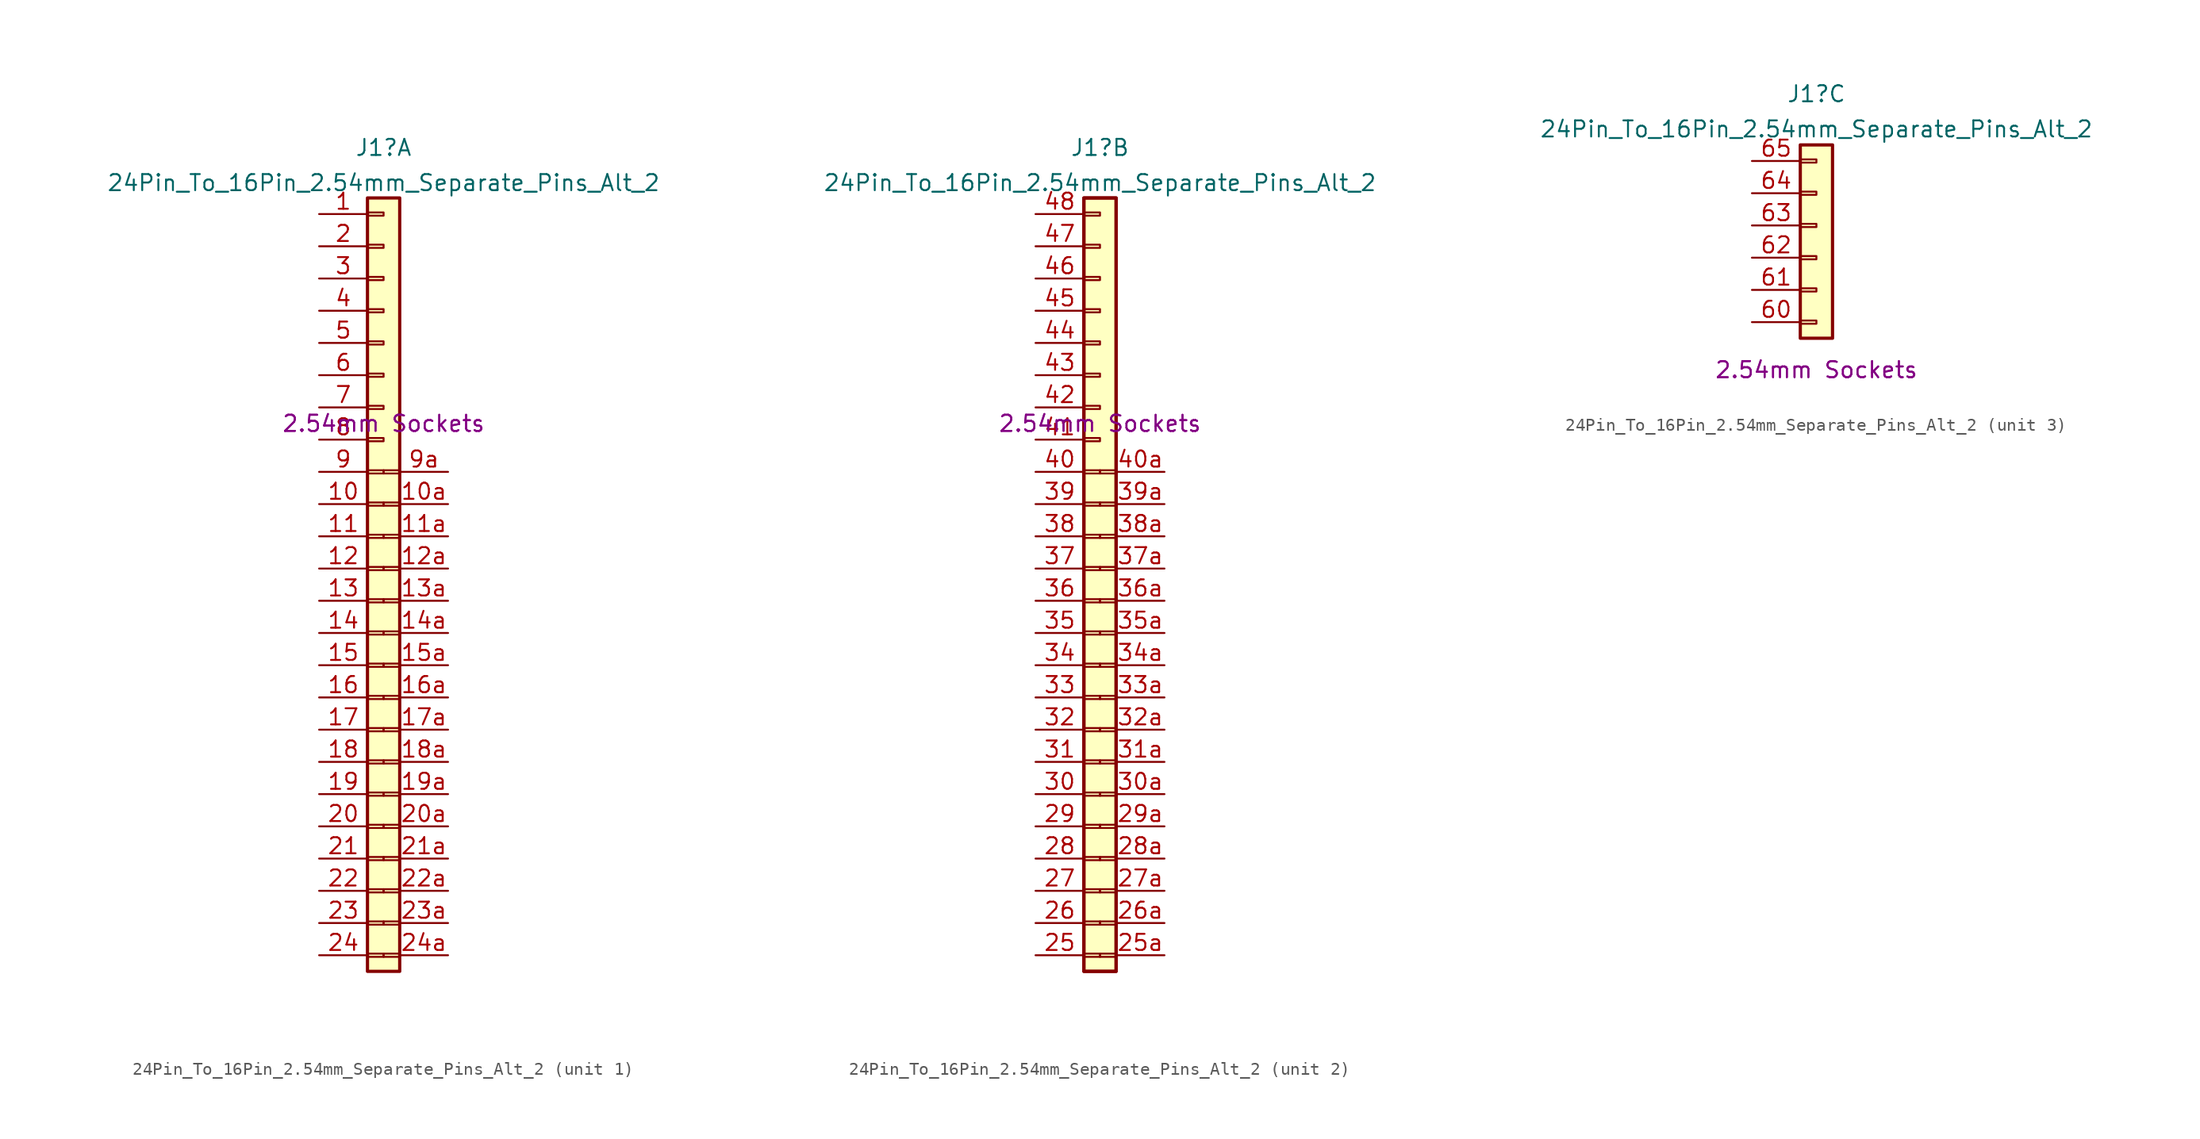
<source format=kicad_sym>
(kicad_symbol_lib
  (version 20211014)
  (generator kicad_symbol_editor)
  (symbol "24Pin_To_16Pin_2.54mm_Separate_Pins_Alt_2"
    (property "Reference" "J1"
      (at 0 3.966 0)
      (effects (font (size 1.27 1.27))))
    (property "Value" "24Pin_To_16Pin_2.54mm_Separate_Pins_Alt_2"
      (at 0 1.191 0)
      (effects (font (size 1.27 1.27))))
    (property "Inner Header Types" "2.54mm Sockets"
      (at 0 -17.78 0)
      (effects (font (size 1.27 1.27))))
    (property "Outer Header Types" "2.54mm Sockets"
      (at 0 -17.78 0)
      (effects (font (size 1.27 1.27))))
    (property "ki_locked" ""
      (at 0 0 0)
      (effects (font (size 1.27 1.27))))
    (symbol "24Pin_To_16Pin_2.54mm_Separate_Pins_Alt_2_1_1"
      (rectangle (start -1.27 -59.563) (end 0 -59.817) (stroke (width 0.152) (type default) (color 0 0 0 0)) (fill (type none)))
      (rectangle (start -1.27 -57.023) (end 0 -57.277) (stroke (width 0.152) (type default) (color 0 0 0 0)) (fill (type none)))
      (rectangle (start -1.27 -54.483) (end 0 -54.737) (stroke (width 0.152) (type default) (color 0 0 0 0)) (fill (type none)))
      (rectangle (start -1.27 -51.943) (end 0 -52.197) (stroke (width 0.152) (type default) (color 0 0 0 0)) (fill (type none)))
      (rectangle (start -1.27 -49.403) (end 0 -49.657) (stroke (width 0.152) (type default) (color 0 0 0 0)) (fill (type none)))
      (rectangle (start -1.27 -46.863) (end 0 -47.117) (stroke (width 0.152) (type default) (color 0 0 0 0)) (fill (type none)))
      (rectangle (start -1.27 -44.323) (end 0 -44.577) (stroke (width 0.152) (type default) (color 0 0 0 0)) (fill (type none)))
      (rectangle (start -1.27 -41.783) (end 0 -42.037) (stroke (width 0.152) (type default) (color 0 0 0 0)) (fill (type none)))
      (rectangle (start -1.27 -39.243) (end 0 -39.497) (stroke (width 0.152) (type default) (color 0 0 0 0)) (fill (type none)))
      (rectangle (start -1.27 -36.703) (end 0 -36.957) (stroke (width 0.152) (type default) (color 0 0 0 0)) (fill (type none)))
      (rectangle (start -1.27 -34.163) (end 0 -34.417) (stroke (width 0.152) (type default) (color 0 0 0 0)) (fill (type none)))
      (rectangle (start -1.27 -31.623) (end 0 -31.877) (stroke (width 0.152) (type default) (color 0 0 0 0)) (fill (type none)))
      (rectangle (start -1.27 -29.083) (end 0 -29.337) (stroke (width 0.152) (type default) (color 0 0 0 0)) (fill (type none)))
      (rectangle (start -1.27 -26.543) (end 0 -26.797) (stroke (width 0.152) (type default) (color 0 0 0 0)) (fill (type none)))
      (rectangle (start -1.27 -24.003) (end 0 -24.257) (stroke (width 0.152) (type default) (color 0 0 0 0)) (fill (type none)))
      (rectangle (start -1.27 -21.463) (end 0 -21.717) (stroke (width 0.152) (type default) (color 0 0 0 0)) (fill (type none)))
      (rectangle (start -1.27 -18.923) (end 0 -19.177) (stroke (width 0.152) (type default) (color 0 0 0 0)) (fill (type none)))
      (rectangle (start -1.27 -16.383) (end 0 -16.637) (stroke (width 0.152) (type default) (color 0 0 0 0)) (fill (type none)))
      (rectangle (start -1.27 -13.843) (end 0 -14.097) (stroke (width 0.152) (type default) (color 0 0 0 0)) (fill (type none)))
      (rectangle (start -1.27 -11.303) (end 0 -11.557) (stroke (width 0.152) (type default) (color 0 0 0 0)) (fill (type none)))
      (rectangle (start -1.27 -8.763) (end 0 -9.017) (stroke (width 0.152) (type default) (color 0 0 0 0)) (fill (type none)))
      (rectangle (start -1.27 -6.223) (end 0 -6.477) (stroke (width 0.152) (type default) (color 0 0 0 0)) (fill (type none)))
      (rectangle (start -1.27 -3.683) (end 0 -3.937) (stroke (width 0.152) (type default) (color 0 0 0 0)) (fill (type none)))
      (rectangle (start -1.27 -1.143) (end 0 -1.397) (stroke (width 0.152) (type default) (color 0 0 0 0)) (fill (type none)))
      (rectangle (start -1.27 0) (end 1.27 -60.96) (stroke (width 0.254) (type default) (color 0 0 0 0)) (fill (type background)))
      (rectangle (start 0 -59.817) (end 1.27 -59.563) (stroke (width 0.152) (type default) (color 0 0 0 0)) (fill (type none)))
      (rectangle (start 0 -57.277) (end 1.27 -57.023) (stroke (width 0.152) (type default) (color 0 0 0 0)) (fill (type none)))
      (rectangle (start 0 -54.737) (end 1.27 -54.483) (stroke (width 0.152) (type default) (color 0 0 0 0)) (fill (type none)))
      (rectangle (start 0 -52.197) (end 1.27 -51.943) (stroke (width 0.152) (type default) (color 0 0 0 0)) (fill (type none)))
      (rectangle (start 0 -49.657) (end 1.27 -49.403) (stroke (width 0.152) (type default) (color 0 0 0 0)) (fill (type none)))
      (rectangle (start 0 -47.117) (end 1.27 -46.863) (stroke (width 0.152) (type default) (color 0 0 0 0)) (fill (type none)))
      (rectangle (start 0 -44.577) (end 1.27 -44.323) (stroke (width 0.152) (type default) (color 0 0 0 0)) (fill (type none)))
      (rectangle (start 0 -42.037) (end 1.27 -41.783) (stroke (width 0.152) (type default) (color 0 0 0 0)) (fill (type none)))
      (rectangle (start 0 -39.497) (end 1.27 -39.243) (stroke (width 0.152) (type default) (color 0 0 0 0)) (fill (type none)))
      (rectangle (start 0 -36.957) (end 1.27 -36.703) (stroke (width 0.152) (type default) (color 0 0 0 0)) (fill (type none)))
      (rectangle (start 0 -34.417) (end 1.27 -34.163) (stroke (width 0.152) (type default) (color 0 0 0 0)) (fill (type none)))
      (rectangle (start 0 -31.877) (end 1.27 -31.623) (stroke (width 0.152) (type default) (color 0 0 0 0)) (fill (type none)))
      (rectangle (start 0 -29.337) (end 1.27 -29.083) (stroke (width 0.152) (type default) (color 0 0 0 0)) (fill (type none)))
      (rectangle (start 0 -26.797) (end 1.27 -26.543) (stroke (width 0.152) (type default) (color 0 0 0 0)) (fill (type none)))
      (rectangle (start 0 -24.257) (end 1.27 -24.003) (stroke (width 0.152) (type default) (color 0 0 0 0)) (fill (type none)))
      (rectangle (start 0 -21.717) (end 1.27 -21.463) (stroke (width 0.152) (type default) (color 0 0 0 0)) (fill (type none)))
      (pin passive line (at -5.08 -1.27 0) (length 3.81) (name "" (effects (font (size 1.27 1.27)))) (number "1" (effects (font (size 1.27 1.27)))))
      (pin passive line (at -5.08 -24.13 0) (length 3.81) (name "" (effects (font (size 1.27 1.27)))) (number "10" (effects (font (size 1.27 1.27)))))
      (pin passive line (at 5.08 -24.13 180) (length 3.81) (name "" (effects (font (size 1.27 1.27)))) (number "10a" (effects (font (size 1.27 1.27)))))
      (pin passive line (at -5.08 -26.67 0) (length 3.81) (name "" (effects (font (size 1.27 1.27)))) (number "11" (effects (font (size 1.27 1.27)))))
      (pin passive line (at 5.08 -26.67 180) (length 3.81) (name "" (effects (font (size 1.27 1.27)))) (number "11a" (effects (font (size 1.27 1.27)))))
      (pin passive line (at -5.08 -29.21 0) (length 3.81) (name "" (effects (font (size 1.27 1.27)))) (number "12" (effects (font (size 1.27 1.27)))))
      (pin passive line (at 5.08 -29.21 180) (length 3.81) (name "" (effects (font (size 1.27 1.27)))) (number "12a" (effects (font (size 1.27 1.27)))))
      (pin passive line (at -5.08 -31.75 0) (length 3.81) (name "" (effects (font (size 1.27 1.27)))) (number "13" (effects (font (size 1.27 1.27)))))
      (pin passive line (at 5.08 -31.75 180) (length 3.81) (name "" (effects (font (size 1.27 1.27)))) (number "13a" (effects (font (size 1.27 1.27)))))
      (pin passive line (at -5.08 -34.29 0) (length 3.81) (name "" (effects (font (size 1.27 1.27)))) (number "14" (effects (font (size 1.27 1.27)))))
      (pin passive line (at 5.08 -34.29 180) (length 3.81) (name "" (effects (font (size 1.27 1.27)))) (number "14a" (effects (font (size 1.27 1.27)))))
      (pin passive line (at -5.08 -36.83 0) (length 3.81) (name "" (effects (font (size 1.27 1.27)))) (number "15" (effects (font (size 1.27 1.27)))))
      (pin passive line (at 5.08 -36.83 180) (length 3.81) (name "" (effects (font (size 1.27 1.27)))) (number "15a" (effects (font (size 1.27 1.27)))))
      (pin passive line (at -5.08 -39.37 0) (length 3.81) (name "" (effects (font (size 1.27 1.27)))) (number "16" (effects (font (size 1.27 1.27)))))
      (pin passive line (at 5.08 -39.37 180) (length 3.81) (name "" (effects (font (size 1.27 1.27)))) (number "16a" (effects (font (size 1.27 1.27)))))
      (pin passive line (at -5.08 -41.91 0) (length 3.81) (name "" (effects (font (size 1.27 1.27)))) (number "17" (effects (font (size 1.27 1.27)))))
      (pin passive line (at 5.08 -41.91 180) (length 3.81) (name "" (effects (font (size 1.27 1.27)))) (number "17a" (effects (font (size 1.27 1.27)))))
      (pin passive line (at -5.08 -44.45 0) (length 3.81) (name "" (effects (font (size 1.27 1.27)))) (number "18" (effects (font (size 1.27 1.27)))))
      (pin passive line (at 5.08 -44.45 180) (length 3.81) (name "" (effects (font (size 1.27 1.27)))) (number "18a" (effects (font (size 1.27 1.27)))))
      (pin passive line (at -5.08 -46.99 0) (length 3.81) (name "" (effects (font (size 1.27 1.27)))) (number "19" (effects (font (size 1.27 1.27)))))
      (pin passive line (at 5.08 -46.99 180) (length 3.81) (name "" (effects (font (size 1.27 1.27)))) (number "19a" (effects (font (size 1.27 1.27)))))
      (pin passive line (at -5.08 -3.81 0) (length 3.81) (name "" (effects (font (size 1.27 1.27)))) (number "2" (effects (font (size 1.27 1.27)))))
      (pin passive line (at -5.08 -49.53 0) (length 3.81) (name "" (effects (font (size 1.27 1.27)))) (number "20" (effects (font (size 1.27 1.27)))))
      (pin passive line (at 5.08 -49.53 180) (length 3.81) (name "" (effects (font (size 1.27 1.27)))) (number "20a" (effects (font (size 1.27 1.27)))))
      (pin passive line (at -5.08 -52.07 0) (length 3.81) (name "" (effects (font (size 1.27 1.27)))) (number "21" (effects (font (size 1.27 1.27)))))
      (pin passive line (at 5.08 -52.07 180) (length 3.81) (name "" (effects (font (size 1.27 1.27)))) (number "21a" (effects (font (size 1.27 1.27)))))
      (pin passive line (at -5.08 -54.61 0) (length 3.81) (name "" (effects (font (size 1.27 1.27)))) (number "22" (effects (font (size 1.27 1.27)))))
      (pin passive line (at 5.08 -54.61 180) (length 3.81) (name "" (effects (font (size 1.27 1.27)))) (number "22a" (effects (font (size 1.27 1.27)))))
      (pin passive line (at -5.08 -57.15 0) (length 3.81) (name "" (effects (font (size 1.27 1.27)))) (number "23" (effects (font (size 1.27 1.27)))))
      (pin passive line (at 5.08 -57.15 180) (length 3.81) (name "" (effects (font (size 1.27 1.27)))) (number "23a" (effects (font (size 1.27 1.27)))))
      (pin passive line (at -5.08 -59.69 0) (length 3.81) (name "" (effects (font (size 1.27 1.27)))) (number "24" (effects (font (size 1.27 1.27)))))
      (pin passive line (at 5.08 -59.69 180) (length 3.81) (name "" (effects (font (size 1.27 1.27)))) (number "24a" (effects (font (size 1.27 1.27)))))
      (pin passive line (at -5.08 -6.35 0) (length 3.81) (name "" (effects (font (size 1.27 1.27)))) (number "3" (effects (font (size 1.27 1.27)))))
      (pin passive line (at -5.08 -8.89 0) (length 3.81) (name "" (effects (font (size 1.27 1.27)))) (number "4" (effects (font (size 1.27 1.27)))))
      (pin passive line (at -5.08 -11.43 0) (length 3.81) (name "" (effects (font (size 1.27 1.27)))) (number "5" (effects (font (size 1.27 1.27)))))
      (pin passive line (at -5.08 -13.97 0) (length 3.81) (name "" (effects (font (size 1.27 1.27)))) (number "6" (effects (font (size 1.27 1.27)))))
      (pin passive line (at -5.08 -16.51 0) (length 3.81) (name "" (effects (font (size 1.27 1.27)))) (number "7" (effects (font (size 1.27 1.27)))))
      (pin passive line (at -5.08 -19.05 0) (length 3.81) (name "" (effects (font (size 1.27 1.27)))) (number "8" (effects (font (size 1.27 1.27)))))
      (pin passive line (at -5.08 -21.59 0) (length 3.81) (name "" (effects (font (size 1.27 1.27)))) (number "9" (effects (font (size 1.27 1.27)))))
      (pin passive line (at 5.08 -21.59 180) (length 3.81) (name "" (effects (font (size 1.27 1.27)))) (number "9a" (effects (font (size 1.27 1.27))))))
    (symbol "24Pin_To_16Pin_2.54mm_Separate_Pins_Alt_2_2_1"
      (rectangle (start -1.27 -60.96) (end 1.27 0) (stroke (width 0.254) (type default) (color 0 0 0 0)) (fill (type background)))
      (rectangle (start -1.27 -59.563) (end 0 -59.817) (stroke (width 0.152) (type default) (color 0 0 0 0)) (fill (type none)))
      (rectangle (start -1.27 -57.023) (end 0 -57.277) (stroke (width 0.152) (type default) (color 0 0 0 0)) (fill (type none)))
      (rectangle (start -1.27 -54.483) (end 0 -54.737) (stroke (width 0.152) (type default) (color 0 0 0 0)) (fill (type none)))
      (rectangle (start -1.27 -51.943) (end 0 -52.197) (stroke (width 0.152) (type default) (color 0 0 0 0)) (fill (type none)))
      (rectangle (start -1.27 -49.403) (end 0 -49.657) (stroke (width 0.152) (type default) (color 0 0 0 0)) (fill (type none)))
      (rectangle (start -1.27 -46.863) (end 0 -47.117) (stroke (width 0.152) (type default) (color 0 0 0 0)) (fill (type none)))
      (rectangle (start -1.27 -44.323) (end 0 -44.577) (stroke (width 0.152) (type default) (color 0 0 0 0)) (fill (type none)))
      (rectangle (start -1.27 -41.783) (end 0 -42.037) (stroke (width 0.152) (type default) (color 0 0 0 0)) (fill (type none)))
      (rectangle (start -1.27 -39.243) (end 0 -39.497) (stroke (width 0.152) (type default) (color 0 0 0 0)) (fill (type none)))
      (rectangle (start -1.27 -36.703) (end 0 -36.957) (stroke (width 0.152) (type default) (color 0 0 0 0)) (fill (type none)))
      (rectangle (start -1.27 -34.163) (end 0 -34.417) (stroke (width 0.152) (type default) (color 0 0 0 0)) (fill (type none)))
      (rectangle (start -1.27 -31.623) (end 0 -31.877) (stroke (width 0.152) (type default) (color 0 0 0 0)) (fill (type none)))
      (rectangle (start -1.27 -29.083) (end 0 -29.337) (stroke (width 0.152) (type default) (color 0 0 0 0)) (fill (type none)))
      (rectangle (start -1.27 -26.543) (end 0 -26.797) (stroke (width 0.152) (type default) (color 0 0 0 0)) (fill (type none)))
      (rectangle (start -1.27 -24.003) (end 0 -24.257) (stroke (width 0.152) (type default) (color 0 0 0 0)) (fill (type none)))
      (rectangle (start -1.27 -21.463) (end 0 -21.717) (stroke (width 0.152) (type default) (color 0 0 0 0)) (fill (type none)))
      (rectangle (start -1.27 -18.923) (end 0 -19.177) (stroke (width 0.152) (type default) (color 0 0 0 0)) (fill (type none)))
      (rectangle (start -1.27 -16.383) (end 0 -16.637) (stroke (width 0.152) (type default) (color 0 0 0 0)) (fill (type none)))
      (rectangle (start -1.27 -13.843) (end 0 -14.097) (stroke (width 0.152) (type default) (color 0 0 0 0)) (fill (type none)))
      (rectangle (start -1.27 -11.303) (end 0 -11.557) (stroke (width 0.152) (type default) (color 0 0 0 0)) (fill (type none)))
      (rectangle (start -1.27 -8.763) (end 0 -9.017) (stroke (width 0.152) (type default) (color 0 0 0 0)) (fill (type none)))
      (rectangle (start -1.27 -6.223) (end 0 -6.477) (stroke (width 0.152) (type default) (color 0 0 0 0)) (fill (type none)))
      (rectangle (start -1.27 -3.683) (end 0 -3.937) (stroke (width 0.152) (type default) (color 0 0 0 0)) (fill (type none)))
      (rectangle (start -1.27 -1.143) (end 0 -1.397) (stroke (width 0.152) (type default) (color 0 0 0 0)) (fill (type none)))
      (rectangle (start -1.27 0) (end 1.27 -60.96) (stroke (width 0.254) (type default) (color 0 0 0 0)) (fill (type background)))
      (rectangle (start 0 -59.817) (end 1.27 -59.563) (stroke (width 0.152) (type default) (color 0 0 0 0)) (fill (type none)))
      (rectangle (start 0 -57.277) (end 1.27 -57.023) (stroke (width 0.152) (type default) (color 0 0 0 0)) (fill (type none)))
      (rectangle (start 0 -54.737) (end 1.27 -54.483) (stroke (width 0.152) (type default) (color 0 0 0 0)) (fill (type none)))
      (rectangle (start 0 -52.197) (end 1.27 -51.943) (stroke (width 0.152) (type default) (color 0 0 0 0)) (fill (type none)))
      (rectangle (start 0 -49.657) (end 1.27 -49.403) (stroke (width 0.152) (type default) (color 0 0 0 0)) (fill (type none)))
      (rectangle (start 0 -47.117) (end 1.27 -46.863) (stroke (width 0.152) (type default) (color 0 0 0 0)) (fill (type none)))
      (rectangle (start 0 -44.577) (end 1.27 -44.323) (stroke (width 0.152) (type default) (color 0 0 0 0)) (fill (type none)))
      (rectangle (start 0 -42.037) (end 1.27 -41.783) (stroke (width 0.152) (type default) (color 0 0 0 0)) (fill (type none)))
      (rectangle (start 0 -39.497) (end 1.27 -39.243) (stroke (width 0.152) (type default) (color 0 0 0 0)) (fill (type none)))
      (rectangle (start 0 -36.957) (end 1.27 -36.703) (stroke (width 0.152) (type default) (color 0 0 0 0)) (fill (type none)))
      (rectangle (start 0 -34.417) (end 1.27 -34.163) (stroke (width 0.152) (type default) (color 0 0 0 0)) (fill (type none)))
      (rectangle (start 0 -31.877) (end 1.27 -31.623) (stroke (width 0.152) (type default) (color 0 0 0 0)) (fill (type none)))
      (rectangle (start 0 -29.337) (end 1.27 -29.083) (stroke (width 0.152) (type default) (color 0 0 0 0)) (fill (type none)))
      (rectangle (start 0 -26.797) (end 1.27 -26.543) (stroke (width 0.152) (type default) (color 0 0 0 0)) (fill (type none)))
      (rectangle (start 0 -24.257) (end 1.27 -24.003) (stroke (width 0.152) (type default) (color 0 0 0 0)) (fill (type none)))
      (rectangle (start 0 -21.717) (end 1.27 -21.463) (stroke (width 0.152) (type default) (color 0 0 0 0)) (fill (type none)))
      (pin passive line (at -5.08 -59.69 0) (length 3.81) (name "" (effects (font (size 1.27 1.27)))) (number "25" (effects (font (size 1.27 1.27)))))
      (pin passive line (at 5.08 -59.69 180) (length 3.81) (name "" (effects (font (size 1.27 1.27)))) (number "25a" (effects (font (size 1.27 1.27)))))
      (pin passive line (at -5.08 -57.15 0) (length 3.81) (name "" (effects (font (size 1.27 1.27)))) (number "26" (effects (font (size 1.27 1.27)))))
      (pin passive line (at 5.08 -57.15 180) (length 3.81) (name "" (effects (font (size 1.27 1.27)))) (number "26a" (effects (font (size 1.27 1.27)))))
      (pin passive line (at -5.08 -54.61 0) (length 3.81) (name "" (effects (font (size 1.27 1.27)))) (number "27" (effects (font (size 1.27 1.27)))))
      (pin passive line (at 5.08 -54.61 180) (length 3.81) (name "" (effects (font (size 1.27 1.27)))) (number "27a" (effects (font (size 1.27 1.27)))))
      (pin passive line (at -5.08 -52.07 0) (length 3.81) (name "" (effects (font (size 1.27 1.27)))) (number "28" (effects (font (size 1.27 1.27)))))
      (pin passive line (at 5.08 -52.07 180) (length 3.81) (name "" (effects (font (size 1.27 1.27)))) (number "28a" (effects (font (size 1.27 1.27)))))
      (pin passive line (at -5.08 -49.53 0) (length 3.81) (name "" (effects (font (size 1.27 1.27)))) (number "29" (effects (font (size 1.27 1.27)))))
      (pin passive line (at 5.08 -49.53 180) (length 3.81) (name "" (effects (font (size 1.27 1.27)))) (number "29a" (effects (font (size 1.27 1.27)))))
      (pin passive line (at -5.08 -46.99 0) (length 3.81) (name "" (effects (font (size 1.27 1.27)))) (number "30" (effects (font (size 1.27 1.27)))))
      (pin passive line (at 5.08 -46.99 180) (length 3.81) (name "" (effects (font (size 1.27 1.27)))) (number "30a" (effects (font (size 1.27 1.27)))))
      (pin passive line (at -5.08 -44.45 0) (length 3.81) (name "" (effects (font (size 1.27 1.27)))) (number "31" (effects (font (size 1.27 1.27)))))
      (pin passive line (at 5.08 -44.45 180) (length 3.81) (name "" (effects (font (size 1.27 1.27)))) (number "31a" (effects (font (size 1.27 1.27)))))
      (pin passive line (at -5.08 -41.91 0) (length 3.81) (name "" (effects (font (size 1.27 1.27)))) (number "32" (effects (font (size 1.27 1.27)))))
      (pin passive line (at 5.08 -41.91 180) (length 3.81) (name "" (effects (font (size 1.27 1.27)))) (number "32a" (effects (font (size 1.27 1.27)))))
      (pin passive line (at -5.08 -39.37 0) (length 3.81) (name "" (effects (font (size 1.27 1.27)))) (number "33" (effects (font (size 1.27 1.27)))))
      (pin passive line (at 5.08 -39.37 180) (length 3.81) (name "" (effects (font (size 1.27 1.27)))) (number "33a" (effects (font (size 1.27 1.27)))))
      (pin passive line (at -5.08 -36.83 0) (length 3.81) (name "" (effects (font (size 1.27 1.27)))) (number "34" (effects (font (size 1.27 1.27)))))
      (pin passive line (at 5.08 -36.83 180) (length 3.81) (name "" (effects (font (size 1.27 1.27)))) (number "34a" (effects (font (size 1.27 1.27)))))
      (pin passive line (at -5.08 -34.29 0) (length 3.81) (name "" (effects (font (size 1.27 1.27)))) (number "35" (effects (font (size 1.27 1.27)))))
      (pin passive line (at 5.08 -34.29 180) (length 3.81) (name "" (effects (font (size 1.27 1.27)))) (number "35a" (effects (font (size 1.27 1.27)))))
      (pin passive line (at -5.08 -31.75 0) (length 3.81) (name "" (effects (font (size 1.27 1.27)))) (number "36" (effects (font (size 1.27 1.27)))))
      (pin passive line (at 5.08 -31.75 180) (length 3.81) (name "" (effects (font (size 1.27 1.27)))) (number "36a" (effects (font (size 1.27 1.27)))))
      (pin passive line (at -5.08 -29.21 0) (length 3.81) (name "" (effects (font (size 1.27 1.27)))) (number "37" (effects (font (size 1.27 1.27)))))
      (pin passive line (at 5.08 -29.21 180) (length 3.81) (name "" (effects (font (size 1.27 1.27)))) (number "37a" (effects (font (size 1.27 1.27)))))
      (pin passive line (at -5.08 -26.67 0) (length 3.81) (name "" (effects (font (size 1.27 1.27)))) (number "38" (effects (font (size 1.27 1.27)))))
      (pin passive line (at 5.08 -26.67 180) (length 3.81) (name "" (effects (font (size 1.27 1.27)))) (number "38a" (effects (font (size 1.27 1.27)))))
      (pin passive line (at -5.08 -24.13 0) (length 3.81) (name "" (effects (font (size 1.27 1.27)))) (number "39" (effects (font (size 1.27 1.27)))))
      (pin passive line (at 5.08 -24.13 180) (length 3.81) (name "" (effects (font (size 1.27 1.27)))) (number "39a" (effects (font (size 1.27 1.27)))))
      (pin passive line (at -5.08 -21.59 0) (length 3.81) (name "" (effects (font (size 1.27 1.27)))) (number "40" (effects (font (size 1.27 1.27)))))
      (pin passive line (at 5.08 -21.59 180) (length 3.81) (name "" (effects (font (size 1.27 1.27)))) (number "40a" (effects (font (size 1.27 1.27)))))
      (pin passive line (at -5.08 -19.05 0) (length 3.81) (name "" (effects (font (size 1.27 1.27)))) (number "41" (effects (font (size 1.27 1.27)))))
      (pin passive line (at -5.08 -16.51 0) (length 3.81) (name "" (effects (font (size 1.27 1.27)))) (number "42" (effects (font (size 1.27 1.27)))))
      (pin passive line (at -5.08 -13.97 0) (length 3.81) (name "" (effects (font (size 1.27 1.27)))) (number "43" (effects (font (size 1.27 1.27)))))
      (pin passive line (at -5.08 -11.43 0) (length 3.81) (name "" (effects (font (size 1.27 1.27)))) (number "44" (effects (font (size 1.27 1.27)))))
      (pin passive line (at -5.08 -8.89 0) (length 3.81) (name "" (effects (font (size 1.27 1.27)))) (number "45" (effects (font (size 1.27 1.27)))))
      (pin passive line (at -5.08 -6.35 0) (length 3.81) (name "" (effects (font (size 1.27 1.27)))) (number "46" (effects (font (size 1.27 1.27)))))
      (pin passive line (at -5.08 -3.81 0) (length 3.81) (name "" (effects (font (size 1.27 1.27)))) (number "47" (effects (font (size 1.27 1.27)))))
      (pin passive line (at -5.08 -1.27 0) (length 3.81) (name "" (effects (font (size 1.27 1.27)))) (number "48" (effects (font (size 1.27 1.27))))))
    (symbol "24Pin_To_16Pin_2.54mm_Separate_Pins_Alt_2_3_1"
      (rectangle (start -1.27 -13.894) (end 0 -14.148) (stroke (width 0.152) (type default) (color 0 0 0 0)) (fill (type none)))
      (rectangle (start -1.27 -11.354) (end 0 -11.608) (stroke (width 0.152) (type default) (color 0 0 0 0)) (fill (type none)))
      (rectangle (start -1.27 -8.814) (end 0 -9.068) (stroke (width 0.152) (type default) (color 0 0 0 0)) (fill (type none)))
      (rectangle (start -1.27 -6.274) (end 0 -6.528) (stroke (width 0.152) (type default) (color 0 0 0 0)) (fill (type none)))
      (rectangle (start -1.27 -3.734) (end 0 -3.988) (stroke (width 0.152) (type default) (color 0 0 0 0)) (fill (type none)))
      (rectangle (start -1.27 -1.194) (end 0 -1.448) (stroke (width 0.152) (type default) (color 0 0 0 0)) (fill (type none)))
      (rectangle (start -1.27 -0.051) (end 1.27 -15.291) (stroke (width 0.254) (type default) (color 0 0 0 0)) (fill (type background)))
      (pin passive line (at -5.08 -14.021 0) (length 3.81) (name "" (effects (font (size 1.27 1.27)))) (number "60" (effects (font (size 1.27 1.27)))))
      (pin passive line (at -5.08 -11.481 0) (length 3.81) (name "" (effects (font (size 1.27 1.27)))) (number "61" (effects (font (size 1.27 1.27)))))
      (pin passive line (at -5.08 -8.941 0) (length 3.81) (name "" (effects (font (size 1.27 1.27)))) (number "62" (effects (font (size 1.27 1.27)))))
      (pin passive line (at -5.08 -6.401 0) (length 3.81) (name "" (effects (font (size 1.27 1.27)))) (number "63" (effects (font (size 1.27 1.27)))))
      (pin passive line (at -5.08 -3.861 0) (length 3.81) (name "" (effects (font (size 1.27 1.27)))) (number "64" (effects (font (size 1.27 1.27)))))
      (pin passive line (at -5.08 -1.321 0) (length 3.81) (name "" (effects (font (size 1.27 1.27)))) (number "65" (effects (font (size 1.27 1.27))))))))
</source>
